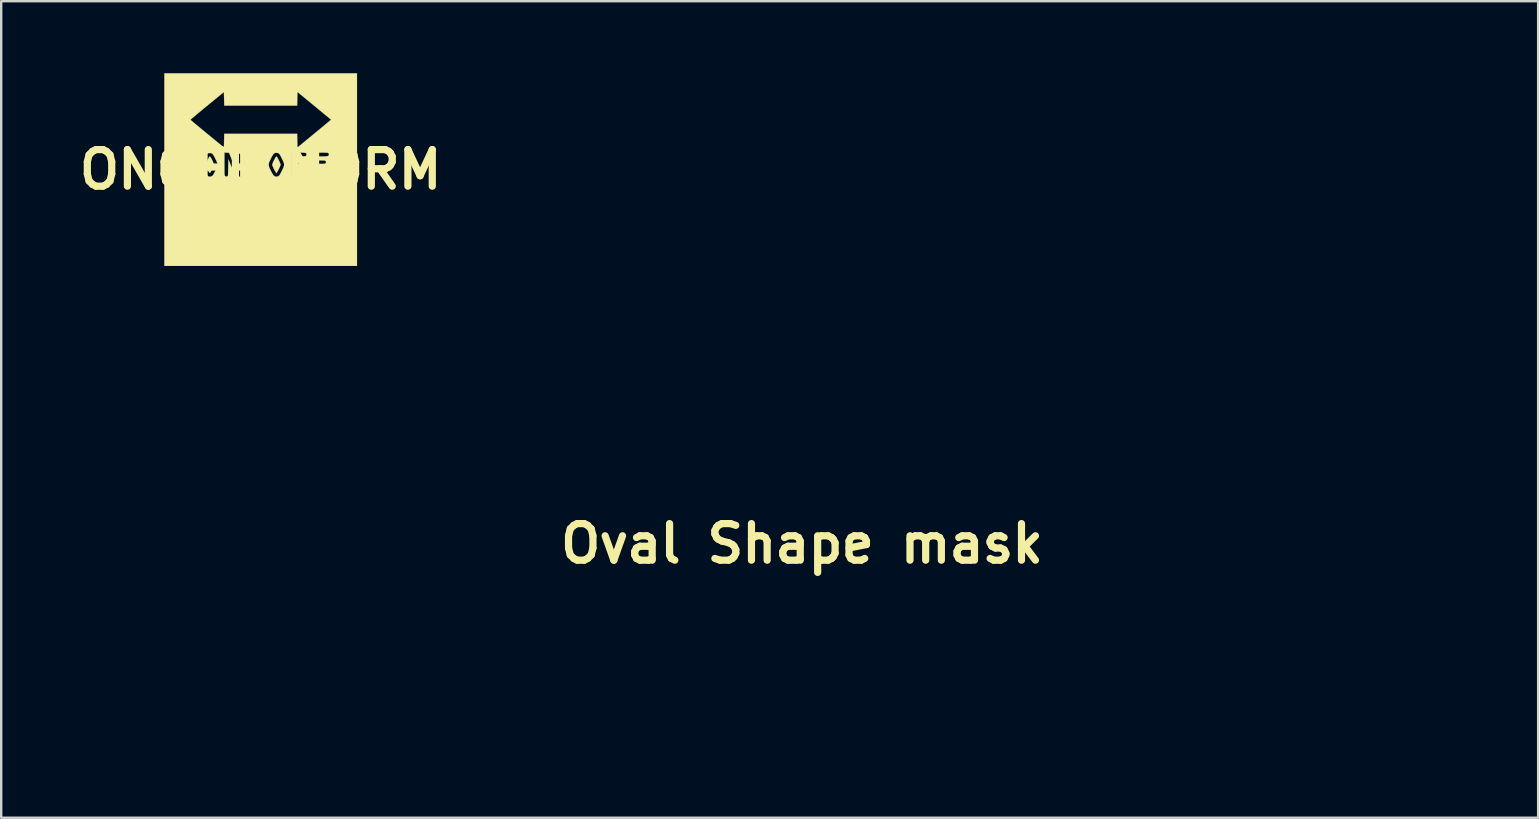
<source format=kicad_pcb>
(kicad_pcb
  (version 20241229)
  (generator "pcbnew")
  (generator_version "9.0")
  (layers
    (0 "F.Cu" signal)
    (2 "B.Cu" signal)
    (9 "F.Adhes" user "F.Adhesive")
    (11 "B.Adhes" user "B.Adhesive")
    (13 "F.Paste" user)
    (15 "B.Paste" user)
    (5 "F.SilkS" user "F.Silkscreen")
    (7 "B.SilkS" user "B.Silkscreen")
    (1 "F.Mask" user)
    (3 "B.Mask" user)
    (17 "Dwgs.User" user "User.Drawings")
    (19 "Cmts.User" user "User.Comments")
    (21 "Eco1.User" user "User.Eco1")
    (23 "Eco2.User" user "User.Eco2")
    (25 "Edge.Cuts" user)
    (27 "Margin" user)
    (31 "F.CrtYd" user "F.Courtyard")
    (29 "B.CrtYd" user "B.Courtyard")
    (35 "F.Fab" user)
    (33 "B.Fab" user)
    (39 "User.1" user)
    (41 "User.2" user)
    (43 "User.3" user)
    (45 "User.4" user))
  (footprint "ONOFF_NORM"
    (layer "F.Cu")
    (at 7.809 4.016)
    (property "Reference" "ONOFF_NORM" (at 0 0 0) (layer "F.SilkS") (effects (font (size 1.524 1.524) (thickness 0.3))))
    (attr through_hole)
    (fp_poly (pts (xy -2.104 -0.536) (xy -2.081 -0.505) (xy -2.055 -0.46) (xy -2.027 -0.406) (xy -2 -0.348) (xy -1.977 -0.292) (xy -1.96 -0.244) (xy -1.953 -0.209) (xy -1.952 -0.204) (xy -1.958 -0.173) (xy -1.974 -0.128) (xy -1.996 -0.075) (xy -2.022 -0.019) (xy -2.05 0.035) (xy -2.077 0.083) (xy -2.1 0.118) (xy -2.118 0.136) (xy -2.123 0.137) (xy -2.138 0.122) (xy -2.16 0.087) (xy -2.186 0.039) (xy -2.214 -0.016) (xy -2.241 -0.074) (xy -2.263 -0.128) (xy -2.279 -0.173) (xy -2.286 -0.203) (xy -2.286 -0.205) (xy -2.28 -0.235) (xy -2.265 -0.28) (xy -2.243 -0.333) (xy -2.217 -0.391) (xy -2.189 -0.446) (xy -2.163 -0.494) (xy -2.139 -0.53) (xy -2.123 -0.547) (xy -2.119 -0.548) (xy -2.104 -0.536)) (stroke (width 0.01) (type solid)) (fill yes) (layer "F.SilkS"))
    (fp_poly (pts (xy 0.669 -0.537) (xy 0.69 -0.506) (xy 0.716 -0.461) (xy 0.745 -0.408) (xy 0.773 -0.352) (xy 0.798 -0.297) (xy 0.817 -0.25) (xy 0.828 -0.216) (xy 0.829 -0.206) (xy 0.823 -0.183) (xy 0.808 -0.144) (xy 0.786 -0.094) (xy 0.76 -0.038) (xy 0.732 0.018) (xy 0.705 0.07) (xy 0.681 0.113) (xy 0.664 0.14) (xy 0.656 0.147) (xy 0.645 0.136) (xy 0.625 0.105) (xy 0.599 0.059) (xy 0.569 0.002) (xy 0.562 -0.013) (xy 0.532 -0.075) (xy 0.507 -0.131) (xy 0.489 -0.174) (xy 0.481 -0.201) (xy 0.481 -0.204) (xy 0.487 -0.231) (xy 0.502 -0.273) (xy 0.525 -0.325) (xy 0.552 -0.381) (xy 0.581 -0.437) (xy 0.608 -0.486) (xy 0.632 -0.524) (xy 0.65 -0.545) (xy 0.655 -0.548) (xy 0.669 -0.537)) (stroke (width 0.01) (type solid)) (fill yes) (layer "F.SilkS"))
    (fp_poly (pts (xy 4.011 4.011) (xy -4.011 4.011) (xy -4.011 -0.196) (xy -2.44 -0.196) (xy -2.431 -0.142) (xy -2.41 -0.081) (xy -2.375 -0.007) (xy -2.345 0.053) (xy -2.295 0.145) (xy -2.251 0.213) (xy -2.211 0.26) (xy -2.17 0.287) (xy -2.127 0.296) (xy -2.079 0.289) (xy -2.039 0.275) (xy -2.02 0.265) (xy -2.003 0.25) (xy -1.984 0.226) (xy -1.961 0.189) (xy -1.932 0.135) (xy -1.896 0.064) (xy -1.853 -0.024) (xy -1.822 -0.094) (xy -1.803 -0.153) (xy -1.797 -0.205) (xy -1.801 -0.235) (xy -1.511 -0.235) (xy -1.511 -0.109) (xy -1.51 -0.008) (xy -1.51 0.072) (xy -1.509 0.134) (xy -1.507 0.18) (xy -1.504 0.213) (xy -1.501 0.235) (xy -1.496 0.25) (xy -1.49 0.26) (xy -1.484 0.267) (xy -1.446 0.291) (xy -1.408 0.289) (xy -1.385 0.273) (xy -1.367 0.256) (xy -1.361 0.25) (xy -1.36 0.236) (xy -1.359 0.2) (xy -1.357 0.144) (xy -1.355 0.072) (xy -1.353 -0.013) (xy -1.351 -0.089) (xy -1.344 -0.425) (xy -1.196 -0.066) (xy -1.049 0.294) (xy -0.856 0.294) (xy -0.856 -0.212) (xy 0.336 -0.212) (xy 0.337 -0.191) (xy 0.341 -0.153) (xy 0.349 -0.117) (xy 0.363 -0.077) (xy 0.385 -0.027) (xy 0.418 0.039) (xy 0.43 0.063) (xy 0.475 0.147) (xy 0.514 0.208) (xy 0.548 0.251) (xy 0.582 0.277) (xy 0.618 0.291) (xy 0.654 0.294) (xy 0.699 0.287) (xy 0.743 0.269) (xy 0.746 0.267) (xy 0.766 0.251) (xy 0.787 0.226) (xy 0.812 0.187) (xy 0.843 0.131) (xy 0.881 0.055) (xy 0.883 0.052) (xy 0.925 -0.034) (xy 0.954 -0.103) (xy 0.972 -0.16) (xy 0.977 -0.211) (xy 0.97 -0.263) (xy 0.95 -0.321) (xy 0.919 -0.392) (xy 0.883 -0.466) (xy 0.842 -0.547) (xy 0.808 -0.608) (xy 0.778 -0.65) (xy 0.75 -0.677) (xy 0.72 -0.693) (xy 0.685 -0.699) (xy 0.657 -0.701) (xy 0.617 -0.699) (xy 0.584 -0.691) (xy 0.554 -0.673) (xy 0.526 -0.642) (xy 0.495 -0.596) (xy 0.459 -0.53) (xy 0.426 -0.464) (xy 0.391 -0.392) (xy 0.365 -0.338) (xy 0.349 -0.299) (xy 0.34 -0.268) (xy 0.336 -0.241) (xy 0.336 -0.212) (xy -0.856 -0.212) (xy -0.856 -0.643) (xy -0.889 -0.677) (xy -0.928 -0.7) (xy -0.968 -0.698) (xy -0.996 -0.68) (xy -1 -0.663) (xy -1.004 -0.622) (xy -1.008 -0.56) (xy -1.012 -0.48) (xy -1.015 -0.385) (xy -1.016 -0.324) (xy -1.023 0.02) (xy -1.171 -0.341) (xy -1.318 -0.702) (xy -1.414 -0.706) (xy -1.482 -0.709) (xy 1.27 -0.709) (xy 1.27 -0.232) (xy 1.27 -0.105) (xy 1.271 -0.002) (xy 1.271 0.08) (xy 1.273 0.142) (xy 1.275 0.189) (xy 1.277 0.222) (xy 1.281 0.245) (xy 1.286 0.26) (xy 1.291 0.269) (xy 1.292 0.27) (xy 1.327 0.291) (xy 1.366 0.288) (xy 1.393 0.272) (xy 1.401 0.262) (xy 1.408 0.247) (xy 1.412 0.223) (xy 1.415 0.186) (xy 1.416 0.133) (xy 1.417 0.06) (xy 1.417 0.005) (xy 1.417 -0.241) (xy 1.58 -0.241) (xy 1.652 -0.241) (xy 1.702 -0.244) (xy 1.736 -0.248) (xy 1.757 -0.256) (xy 1.767 -0.263) (xy 1.789 -0.298) (xy 1.786 -0.337) (xy 1.769 -0.363) (xy 1.757 -0.374) (xy 1.738 -0.381) (xy 1.707 -0.385) (xy 1.661 -0.387) (xy 1.594 -0.388) (xy 1.582 -0.388) (xy 1.417 -0.388) (xy 1.417 -0.546) (xy 1.645 -0.551) (xy 1.729 -0.552) (xy 1.791 -0.554) (xy 1.833 -0.557) (xy 1.861 -0.562) (xy 1.878 -0.568) (xy 1.889 -0.576) (xy 1.893 -0.581) (xy 1.91 -0.622) (xy 1.905 -0.661) (xy 1.882 -0.688) (xy 1.868 -0.695) (xy 1.846 -0.7) (xy 1.813 -0.704) (xy 1.766 -0.706) (xy 1.7 -0.708) (xy 1.613 -0.708) (xy 1.561 -0.709) (xy 2.206 -0.709) (xy 2.206 -0.232) (xy 2.206 -0.105) (xy 2.206 -0.002) (xy 2.207 0.08) (xy 2.208 0.142) (xy 2.21 0.189) (xy 2.213 0.222) (xy 2.217 0.245) (xy 2.221 0.26) (xy 2.227 0.269) (xy 2.228 0.27) (xy 2.262 0.291) (xy 2.3 0.289) (xy 2.331 0.266) (xy 2.332 0.264) (xy 2.34 0.249) (xy 2.345 0.224) (xy 2.349 0.187) (xy 2.352 0.134) (xy 2.353 0.061) (xy 2.353 -0.003) (xy 2.353 -0.241) (xy 2.52 -0.241) (xy 2.589 -0.241) (xy 2.637 -0.242) (xy 2.667 -0.245) (xy 2.686 -0.251) (xy 2.698 -0.26) (xy 2.709 -0.275) (xy 2.709 -0.276) (xy 2.724 -0.303) (xy 2.722 -0.326) (xy 2.713 -0.346) (xy 2.704 -0.36) (xy 2.692 -0.37) (xy 2.675 -0.377) (xy 2.645 -0.381) (xy 2.599 -0.383) (xy 2.531 -0.385) (xy 2.523 -0.385) (xy 2.353 -0.388) (xy 2.353 -0.548) (xy 2.552 -0.548) (xy 2.65 -0.549) (xy 2.724 -0.553) (xy 2.777 -0.561) (xy 2.812 -0.572) (xy 2.833 -0.588) (xy 2.837 -0.592) (xy 2.847 -0.63) (xy 2.832 -0.669) (xy 2.821 -0.682) (xy 2.811 -0.691) (xy 2.797 -0.697) (xy 2.777 -0.702) (xy 2.747 -0.705) (xy 2.704 -0.707) (xy 2.642 -0.708) (xy 2.56 -0.708) (xy 2.5 -0.709) (xy 2.206 -0.709) (xy 1.561 -0.709) (xy 1.27 -0.709) (xy -1.482 -0.709) (xy -1.511 -0.71) (xy -1.511 -0.235) (xy -1.801 -0.235) (xy -1.803 -0.257) (xy -1.822 -0.315) (xy -1.853 -0.385) (xy -1.892 -0.463) (xy -1.935 -0.546) (xy -1.971 -0.608) (xy -2.002 -0.651) (xy -2.032 -0.679) (xy -2.063 -0.695) (xy -2.098 -0.701) (xy -2.119 -0.702) (xy -2.158 -0.699) (xy -2.19 -0.689) (xy -2.22 -0.667) (xy -2.251 -0.632) (xy -2.284 -0.58) (xy -2.323 -0.508) (xy -2.345 -0.465) (xy -2.388 -0.378) (xy -2.418 -0.308) (xy -2.435 -0.249) (xy -2.44 -0.196) (xy -4.011 -0.196) (xy -4.011 -2.076) (xy -2.926 -2.076) (xy -2.916 -2.066) (xy -2.886 -2.041) (xy -2.839 -2.001) (xy -2.777 -1.948) (xy -2.701 -1.885) (xy -2.612 -1.811) (xy -2.513 -1.729) (xy -2.405 -1.64) (xy -2.29 -1.545) (xy -2.227 -1.493) (xy -1.531 -0.921) (xy -1.524 -1.206) (xy -1.517 -1.491) (xy 1.517 -1.491) (xy 1.524 -1.206) (xy 1.531 -0.921) (xy 2.233 -1.498) (xy 2.351 -1.595) (xy 2.463 -1.687) (xy 2.567 -1.773) (xy 2.661 -1.852) (xy 2.744 -1.921) (xy 2.814 -1.979) (xy 2.869 -2.026) (xy 2.908 -2.059) (xy 2.929 -2.077) (xy 2.932 -2.081) (xy 2.921 -2.09) (xy 2.892 -2.115) (xy 2.845 -2.154) (xy 2.783 -2.206) (xy 2.706 -2.269) (xy 2.618 -2.342) (xy 2.519 -2.424) (xy 2.411 -2.513) (xy 2.296 -2.608) (xy 2.23 -2.662) (xy 1.531 -3.236) (xy 1.517 -2.667) (xy -1.517 -2.667) (xy -1.531 -3.236) (xy -2.23 -2.662) (xy -2.348 -2.565) (xy -2.46 -2.472) (xy -2.564 -2.386) (xy -2.658 -2.308) (xy -2.74 -2.238) (xy -2.81 -2.18) (xy -2.865 -2.133) (xy -2.903 -2.099) (xy -2.924 -2.08) (xy -2.926 -2.076) (xy -4.011 -2.076) (xy -4.011 -4.011) (xy 4.011 -4.011) (xy 4.011 4.011)) (stroke (width 0.01) (type solid)) (fill yes) (layer "F.SilkS")))
  (footprint "Oval Shape mask"
    (layer "F.Cu")
    (at 30.358 19.596)
    (property "Reference" "Oval Shape mask" (at 0 0 0) (layer "F.SilkS") (effects (font (size 1.524 1.524) (thickness 0.3))))
    (attr through_hole)
    (fp_poly (pts (xy 0.504 -8.56) (xy 2.256 -8.56) (xy 3.911 -8.56) (xy 5.474 -8.56) (xy 6.945 -8.559) (xy 8.329 -8.559) (xy 9.628 -8.559) (xy 10.845 -8.558) (xy 11.982 -8.558) (xy 13.042 -8.557) (xy 14.029 -8.556) (xy 14.944 -8.555) (xy 15.791 -8.554) (xy 16.572 -8.553) (xy 17.29 -8.552) (xy 17.948 -8.55) (xy 18.549 -8.548) (xy 19.095 -8.546) (xy 19.59 -8.544) (xy 20.035 -8.542) (xy 20.434 -8.539) (xy 20.789 -8.536) (xy 21.104 -8.533) (xy 21.38 -8.53) (xy 21.622 -8.526) (xy 21.83 -8.522) (xy 22.009 -8.518) (xy 22.162 -8.513) (xy 22.29 -8.509) (xy 22.396 -8.503) (xy 22.484 -8.498) (xy 22.556 -8.492) (xy 22.615 -8.486) (xy 22.663 -8.479) (xy 22.704 -8.473) (xy 22.722 -8.469) (xy 23.502 -8.261) (xy 24.23 -7.967) (xy 24.902 -7.593) (xy 25.514 -7.141) (xy 26.061 -6.616) (xy 26.538 -6.024) (xy 26.942 -5.366) (xy 27.268 -4.649) (xy 27.511 -3.876) (xy 27.552 -3.708) (xy 27.574 -3.606) (xy 27.593 -3.507) (xy 27.609 -3.402) (xy 27.622 -3.282) (xy 27.633 -3.14) (xy 27.642 -2.967) (xy 27.648 -2.753) (xy 27.653 -2.489) (xy 27.657 -2.169) (xy 27.659 -1.781) (xy 27.66 -1.319) (xy 27.66 -0.773) (xy 27.661 -0.134) (xy 27.661 -0.102) (xy 27.66 0.55) (xy 27.66 1.109) (xy 27.658 1.584) (xy 27.655 1.982) (xy 27.651 2.314) (xy 27.646 2.586) (xy 27.638 2.809) (xy 27.629 2.99) (xy 27.618 3.138) (xy 27.605 3.262) (xy 27.588 3.37) (xy 27.57 3.468) (xy 27.362 4.25) (xy 27.068 4.978) (xy 26.694 5.65) (xy 26.242 6.262) (xy 25.716 6.808) (xy 25.121 7.286) (xy 24.46 7.691) (xy 23.738 8.019) (xy 22.958 8.267) (xy 22.835 8.297) (xy 22.377 8.405) (xy -1.118 8.413) (xy -2.661 8.413) (xy -4.179 8.413) (xy -5.671 8.413) (xy -7.131 8.413) (xy -8.558 8.413) (xy -9.947 8.412) (xy -11.296 8.412) (xy -12.601 8.411) (xy -13.859 8.41) (xy -15.068 8.409) (xy -16.222 8.408) (xy -17.321 8.406) (xy -18.359 8.405) (xy -19.335 8.403) (xy -20.244 8.401) (xy -21.083 8.399) (xy -21.85 8.397) (xy -22.541 8.395) (xy -23.153 8.393) (xy -23.682 8.39) (xy -24.126 8.388) (xy -24.481 8.385) (xy -24.744 8.383) (xy -24.911 8.38) (xy -24.979 8.377) (xy -25.744 8.238) (xy -26.475 8.007) (xy -27.164 7.691) (xy -27.805 7.293) (xy -28.391 6.821) (xy -28.914 6.28) (xy -29.367 5.674) (xy -29.744 5.011) (xy -30.017 4.357) (xy -30.082 4.168) (xy -30.139 3.996) (xy -30.187 3.832) (xy -30.227 3.669) (xy -30.26 3.495) (xy -30.287 3.303) (xy -30.308 3.084) (xy -30.324 2.827) (xy -30.336 2.525) (xy -30.344 2.168) (xy -30.349 1.747) (xy -30.352 1.253) (xy -30.353 0.677) (xy -30.353 0.01) (xy -30.353 -0.102) (xy -30.353 -0.745) (xy -30.352 -1.295) (xy -30.351 -1.761) (xy -30.349 -2.152) (xy -30.346 -2.476) (xy -30.341 -2.741) (xy -30.335 -2.957) (xy -30.326 -3.133) (xy -30.315 -3.276) (xy -30.302 -3.396) (xy -30.286 -3.502) (xy -30.267 -3.601) (xy -30.245 -3.703) (xy -30.244 -3.708) (xy -30.018 -4.492) (xy -29.709 -5.221) (xy -29.321 -5.891) (xy -28.858 -6.498) (xy -28.326 -7.037) (xy -27.728 -7.505) (xy -27.068 -7.896) (xy -26.351 -8.207) (xy -25.581 -8.433) (xy -25.414 -8.469) (xy -25.376 -8.476) (xy -25.332 -8.483) (xy -25.278 -8.489) (xy -25.213 -8.495) (xy -25.133 -8.501) (xy -25.036 -8.506) (xy -24.919 -8.511) (xy -24.779 -8.516) (xy -24.613 -8.52) (xy -24.419 -8.524) (xy -24.194 -8.528) (xy -23.935 -8.532) (xy -23.639 -8.535) (xy -23.304 -8.538) (xy -22.926 -8.54) (xy -22.504 -8.543) (xy -22.034 -8.545) (xy -21.513 -8.547) (xy -20.939 -8.549) (xy -20.309 -8.551) (xy -19.62 -8.552) (xy -18.87 -8.554) (xy -18.055 -8.555) (xy -17.174 -8.556) (xy -16.222 -8.557) (xy -15.198 -8.557) (xy -14.098 -8.558) (xy -12.92 -8.558) (xy -11.662 -8.559) (xy -10.32 -8.559) (xy -8.891 -8.559) (xy -7.373 -8.56) (xy -5.763 -8.56) (xy -4.058 -8.56) (xy -2.256 -8.56) (xy -1.346 -8.56) (xy 0.504 -8.56)) (stroke (width 0.01) (type solid)) (fill yes) (layer "F.Mask")))
  (gr_rect
    (start -3 -3)
    (end 61.024 31.014)
    (stroke (width 0.1) (type default))
    (fill no)
    (layer "Edge.Cuts")))
</source>
